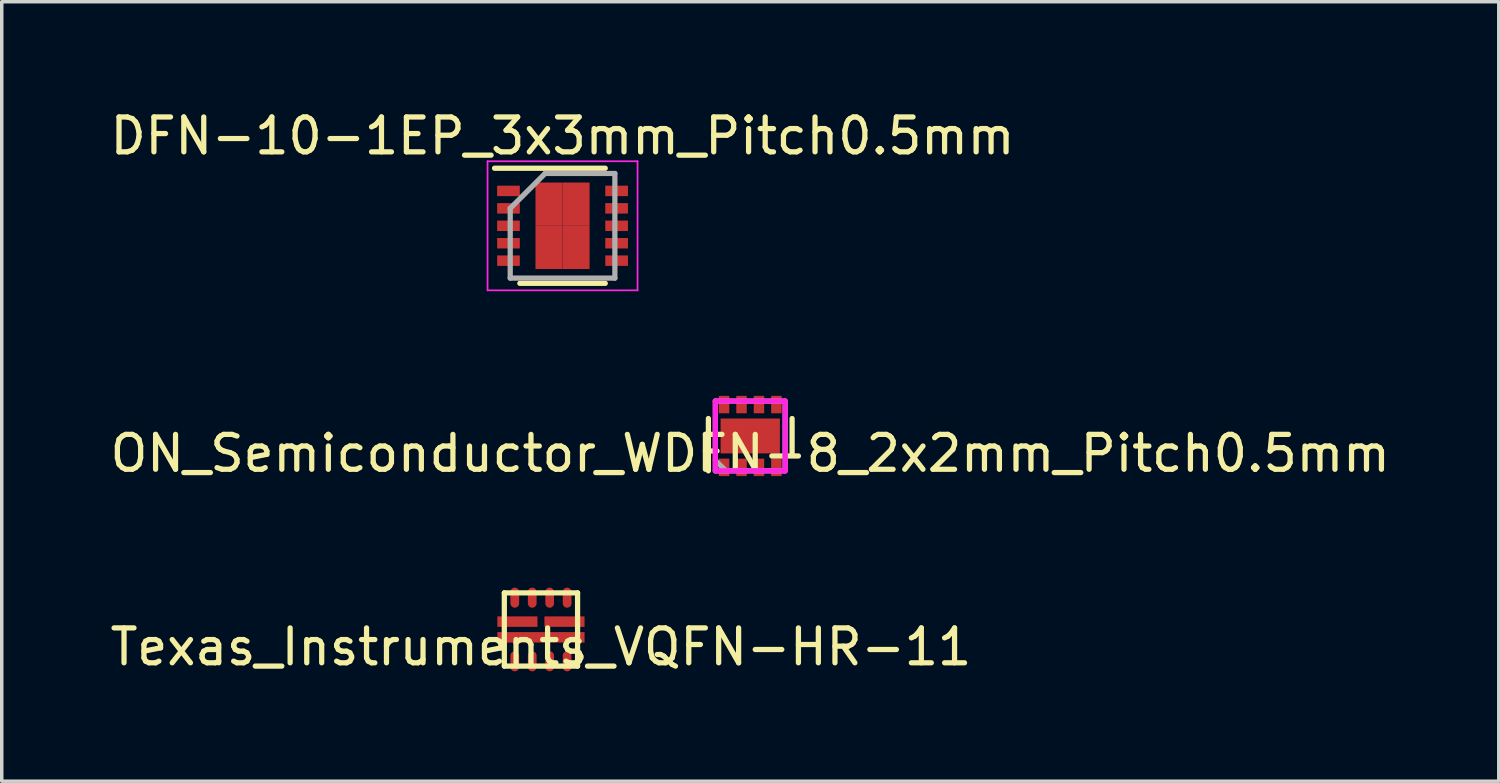
<source format=kicad_pcb>
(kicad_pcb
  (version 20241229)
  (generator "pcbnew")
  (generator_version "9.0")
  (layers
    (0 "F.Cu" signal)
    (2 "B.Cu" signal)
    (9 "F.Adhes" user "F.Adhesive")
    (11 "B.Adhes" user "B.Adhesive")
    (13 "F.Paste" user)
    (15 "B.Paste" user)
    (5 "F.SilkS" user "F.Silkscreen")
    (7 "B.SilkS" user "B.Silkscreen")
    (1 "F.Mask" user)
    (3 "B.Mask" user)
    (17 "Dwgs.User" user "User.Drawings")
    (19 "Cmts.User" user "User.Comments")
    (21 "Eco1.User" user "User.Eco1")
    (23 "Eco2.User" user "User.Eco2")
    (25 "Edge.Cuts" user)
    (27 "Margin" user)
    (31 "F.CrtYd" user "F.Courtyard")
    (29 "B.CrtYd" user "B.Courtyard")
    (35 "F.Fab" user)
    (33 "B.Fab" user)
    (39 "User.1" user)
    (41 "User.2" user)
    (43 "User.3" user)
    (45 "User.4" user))
  (footprint "ON_Semiconductor_WDFN-8_2x2mm_Pitch0.5mm"
    (layer "F.Cu")
    (at 18.458 9.448)
    (property "Reference" "ON_Semiconductor_WDFN-8_2x2mm_Pitch0.5mm" (at 0 0.5 0) (layer "F.SilkS") (effects (font (size 1 1) (thickness 0.15))))
    (attr through_hole)
    (fp_line (start -1.2 -0.5) (end -1.2 1) (stroke (width 0.15) (type solid)) (layer "F.SilkS"))
    (fp_line (start 1.2 -0.5) (end 1.2 0.5) (stroke (width 0.15) (type solid)) (layer "F.SilkS"))
    (fp_line (start -1 -1) (end 1 -1) (stroke (width 0.15) (type solid)) (layer "F.CrtYd"))
    (fp_line (start -1 1) (end -1 -1) (stroke (width 0.15) (type solid)) (layer "F.CrtYd"))
    (fp_line (start 1 -1) (end 1 1) (stroke (width 0.15) (type solid)) (layer "F.CrtYd"))
    (fp_line (start 1 1) (end -1 1) (stroke (width 0.15) (type solid)) (layer "F.CrtYd"))
    (fp_line (start -1 -1) (end 1 -1) (stroke (width 0.15) (type solid)) (layer "F.Fab"))
    (fp_line (start -1 0.7) (end -0.7 1) (stroke (width 0.15) (type solid)) (layer "F.Fab"))
    (fp_line (start -1 1) (end -1 -1) (stroke (width 0.15) (type solid)) (layer "F.Fab"))
    (fp_line (start 1 -1) (end 1 1) (stroke (width 0.15) (type solid)) (layer "F.Fab"))
    (fp_line (start 1 1) (end -1 1) (stroke (width 0.15) (type solid)) (layer "F.Fab"))
    (pad "1" smd rect (at -0.75 0.9) (size 0.3 0.5) (layers "F.Cu" "F.Mask" "F.Paste"))
    (pad "2" smd rect (at -0.25 0.9) (size 0.3 0.5) (layers "F.Cu" "F.Mask" "F.Paste"))
    (pad "3" smd rect (at 0.25 0.9) (size 0.3 0.5) (layers "F.Cu" "F.Mask" "F.Paste"))
    (pad "4" smd rect (at 0.75 0.9) (size 0.3 0.5) (layers "F.Cu" "F.Mask" "F.Paste"))
    (pad "5" smd rect (at 0.75 -0.9) (size 0.3 0.5) (layers "F.Cu" "F.Mask" "F.Paste"))
    (pad "6" smd rect (at 0.25 -0.9) (size 0.3 0.5) (layers "F.Cu" "F.Mask" "F.Paste"))
    (pad "7" smd rect (at -0.25 -0.9) (size 0.3 0.5) (layers "F.Cu" "F.Mask" "F.Paste"))
    (pad "8" smd rect (at -0.75 -0.9) (size 0.3 0.5) (layers "F.Cu" "F.Mask" "F.Paste"))
    (pad "EP" smd rect (at 0 0) (size 1.7 1) (layers "F.Cu" "F.Mask" "F.Paste")))
  (footprint "Texas_Instruments_VQFN-HR-11"
    (layer "F.Cu")
    (at 12.458 14.996)
    (property "Reference" "Texas_Instruments_VQFN-HR-11" (at 0 0.5 0) (layer "F.SilkS") (effects (font (size 1 1) (thickness 0.15))))
    (attr through_hole)
    (fp_line (start -1.05 -1.05) (end 1.05 -1.05) (stroke (width 0.15) (type solid)) (layer "F.SilkS"))
    (fp_line (start -1.05 1.05) (end -1.05 -1.05) (stroke (width 0.15) (type solid)) (layer "F.SilkS"))
    (fp_line (start 1.05 -1.05) (end 1.05 1.05) (stroke (width 0.15) (type solid)) (layer "F.SilkS"))
    (fp_line (start 1.05 1.05) (end -1.05 1.05) (stroke (width 0.15) (type solid)) (layer "F.SilkS"))
    (pad "1" smd rect (at -0.675 -0.225) (size 1.15 0.3) (layers "F.Cu" "F.Mask" "F.Paste"))
    (pad "2" smd rect (at 0 0.225) (size 2.5 0.3) (layers "F.Cu" "F.Mask" "F.Paste"))
    (pad "3" smd oval (at -0.75 0.912) (size 0.25 0.575) (layers "F.Cu" "F.Mask" "F.Paste"))
    (pad "4" smd oval (at -0.25 0.912) (size 0.25 0.575) (layers "F.Cu" "F.Mask" "F.Paste"))
    (pad "5" smd oval (at 0.25 0.912) (size 0.25 0.575) (layers "F.Cu" "F.Mask" "F.Paste"))
    (pad "6" smd oval (at 0.75 0.912) (size 0.25 0.575) (layers "F.Cu" "F.Mask" "F.Paste"))
    (pad "7" smd rect (at 0.675 -0.225) (size 1.15 0.3) (layers "F.Cu" "F.Mask" "F.Paste"))
    (pad "8" smd oval (at 0.75 -0.912) (size 0.25 0.575) (layers "F.Cu" "F.Mask" "F.Paste"))
    (pad "9" smd oval (at 0.25 -0.912) (size 0.25 0.575) (layers "F.Cu" "F.Mask" "F.Paste"))
    (pad "10" smd oval (at -0.25 -0.912) (size 0.25 0.575) (layers "F.Cu" "F.Mask" "F.Paste"))
    (pad "11" smd oval (at -0.75 -0.912) (size 0.25 0.575) (layers "F.Cu" "F.Mask" "F.Paste")))
  (footprint "DFN-10-1EP_3x3mm_Pitch0.5mm"
    (layer "F.Cu")
    (at 13.077 3.423)
    (property "Reference" "DFN-10-1EP_3x3mm_Pitch0.5mm" (at 0 -2.575 0) (layer "F.SilkS") (effects (font (size 1 1) (thickness 0.15))))
    (attr smd)
    (fp_line (start -1.95 -1.65) (end 1.225 -1.65) (stroke (width 0.15) (type solid)) (layer "F.SilkS"))
    (fp_line (start -1.225 1.65) (end 1.225 1.65) (stroke (width 0.15) (type solid)) (layer "F.SilkS"))
    (fp_line (start -2.15 -1.85) (end -2.15 1.85) (stroke (width 0.05) (type solid)) (layer "F.CrtYd"))
    (fp_line (start -2.15 -1.85) (end 2.15 -1.85) (stroke (width 0.05) (type solid)) (layer "F.CrtYd"))
    (fp_line (start -2.15 1.85) (end 2.15 1.85) (stroke (width 0.05) (type solid)) (layer "F.CrtYd"))
    (fp_line (start 2.15 -1.85) (end 2.15 1.85) (stroke (width 0.05) (type solid)) (layer "F.CrtYd"))
    (fp_line (start -1.5 -0.5) (end -0.5 -1.5) (stroke (width 0.15) (type solid)) (layer "F.Fab"))
    (fp_line (start -1.5 1.5) (end -1.5 -0.5) (stroke (width 0.15) (type solid)) (layer "F.Fab"))
    (fp_line (start -0.5 -1.5) (end 1.5 -1.5) (stroke (width 0.15) (type solid)) (layer "F.Fab"))
    (fp_line (start 1.5 -1.5) (end 1.5 1.5) (stroke (width 0.15) (type solid)) (layer "F.Fab"))
    (fp_line (start 1.5 1.5) (end -1.5 1.5) (stroke (width 0.15) (type solid)) (layer "F.Fab"))
    (pad "1" smd rect (at -1.55 -1) (size 0.65 0.3) (layers "F.Cu" "F.Mask" "F.Paste"))
    (pad "2" smd rect (at -1.55 -0.5) (size 0.65 0.3) (layers "F.Cu" "F.Mask" "F.Paste"))
    (pad "3" smd rect (at -1.55 0) (size 0.65 0.3) (layers "F.Cu" "F.Mask" "F.Paste"))
    (pad "4" smd rect (at -1.55 0.5) (size 0.65 0.3) (layers "F.Cu" "F.Mask" "F.Paste"))
    (pad "5" smd rect (at -1.55 1) (size 0.65 0.3) (layers "F.Cu" "F.Mask" "F.Paste"))
    (pad "6" smd rect (at 1.55 1) (size 0.65 0.3) (layers "F.Cu" "F.Mask" "F.Paste"))
    (pad "7" smd rect (at 1.55 0.5) (size 0.65 0.3) (layers "F.Cu" "F.Mask" "F.Paste"))
    (pad "8" smd rect (at 1.55 0) (size 0.65 0.3) (layers "F.Cu" "F.Mask" "F.Paste"))
    (pad "9" smd rect (at 1.55 -0.5) (size 0.65 0.3) (layers "F.Cu" "F.Mask" "F.Paste"))
    (pad "10" smd rect (at 1.55 -1) (size 0.65 0.3) (layers "F.Cu" "F.Mask" "F.Paste"))
    (pad "EP" smd rect (at -0.388 -0.62) (size 0.775 1.24) (layers "F.Cu" "F.Mask" "F.Paste"))
    (pad "EP" smd rect (at -0.388 0.62) (size 0.775 1.24) (layers "F.Cu" "F.Mask" "F.Paste"))
    (pad "EP" smd rect (at 0.388 -0.62) (size 0.775 1.24) (layers "F.Cu" "F.Mask" "F.Paste"))
    (pad "EP" smd rect (at 0.388 0.62) (size 0.775 1.24) (layers "F.Cu" "F.Mask" "F.Paste")))
  (gr_rect
    (start -3 -3)
    (end 39.917 19.345)
    (stroke (width 0.1) (type default))
    (fill no)
    (layer "Edge.Cuts")))
</source>
